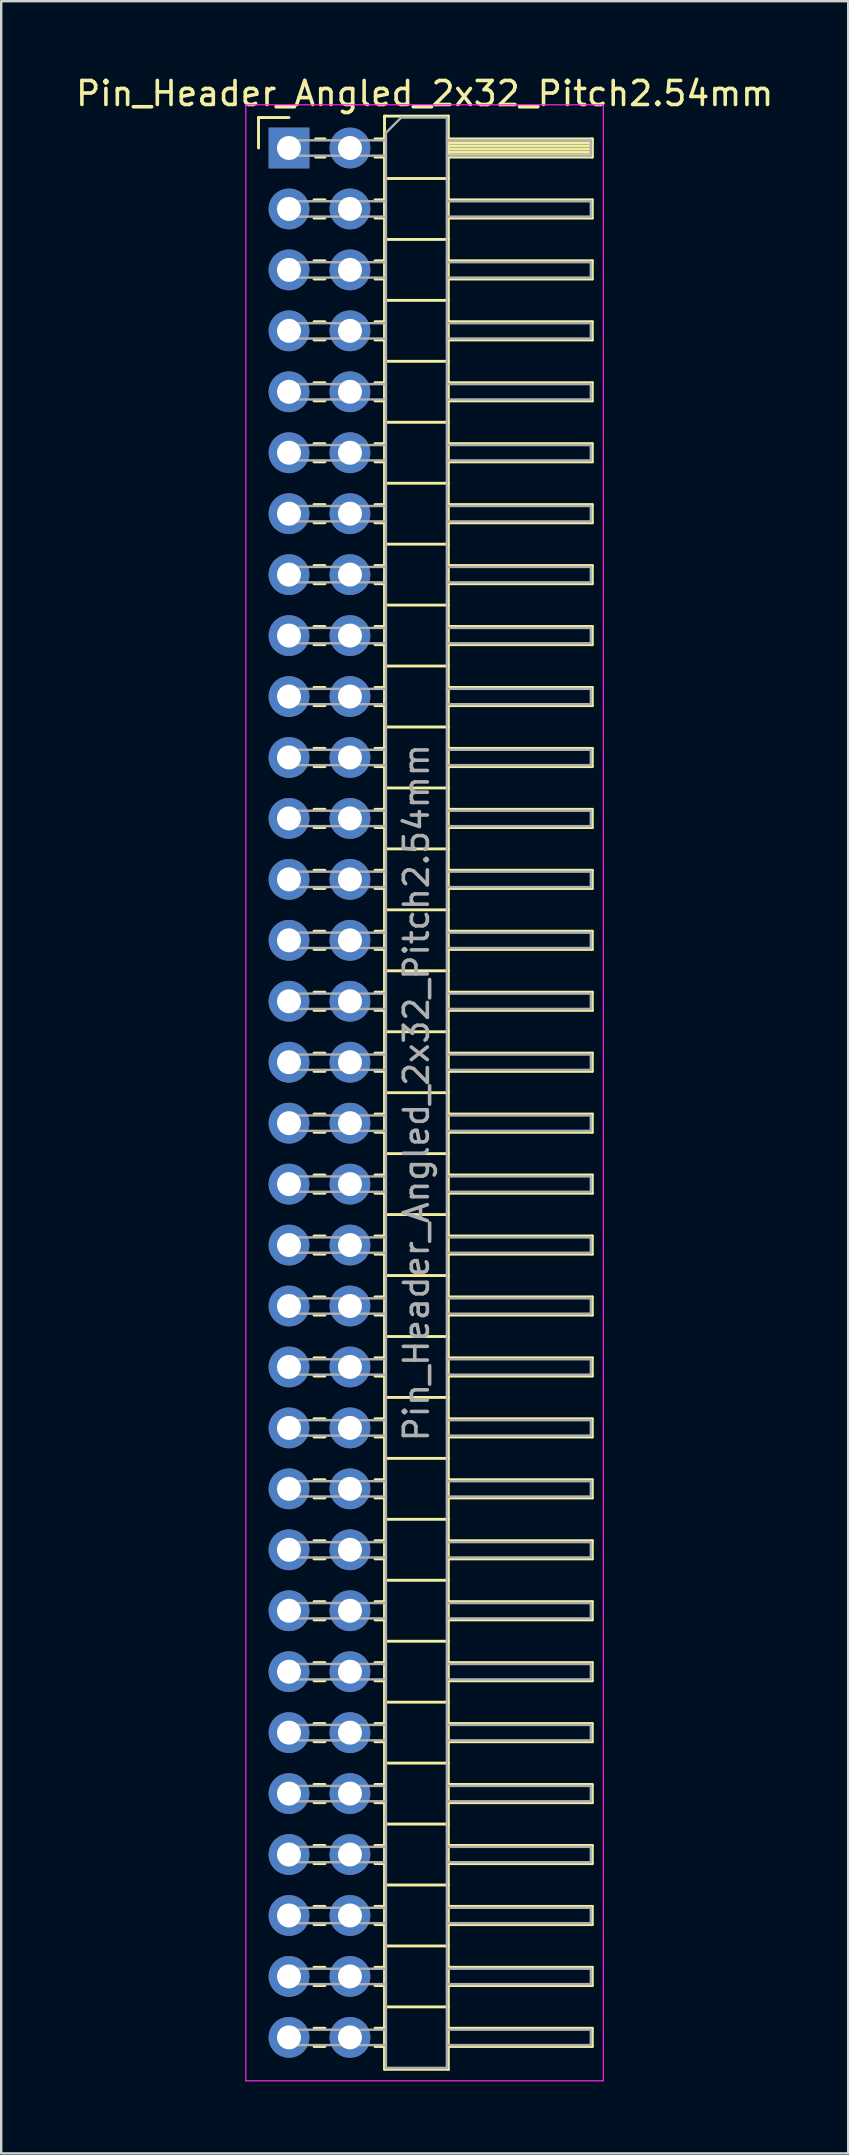
<source format=kicad_pcb>
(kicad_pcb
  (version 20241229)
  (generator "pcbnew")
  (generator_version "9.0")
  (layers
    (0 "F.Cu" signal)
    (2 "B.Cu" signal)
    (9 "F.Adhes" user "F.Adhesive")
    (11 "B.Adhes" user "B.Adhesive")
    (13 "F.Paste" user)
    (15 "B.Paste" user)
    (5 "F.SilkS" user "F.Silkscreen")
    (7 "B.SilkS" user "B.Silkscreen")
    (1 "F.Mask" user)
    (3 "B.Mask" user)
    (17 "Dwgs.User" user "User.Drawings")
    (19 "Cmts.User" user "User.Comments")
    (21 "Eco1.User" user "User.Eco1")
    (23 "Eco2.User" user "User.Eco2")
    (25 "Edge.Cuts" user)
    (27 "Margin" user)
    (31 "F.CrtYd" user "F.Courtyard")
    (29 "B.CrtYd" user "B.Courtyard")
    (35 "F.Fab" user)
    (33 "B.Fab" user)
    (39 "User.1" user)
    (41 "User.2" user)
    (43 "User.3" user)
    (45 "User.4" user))
  (footprint "Pin_Header_Angled_2x32_Pitch2.54mm"
    (layer "F.Cu")
    (at 8.994 3.118)
    (property "Reference" "Pin_Header_Angled_2x32_Pitch2.54mm" (at 5.655 -2.27 0) (layer "F.SilkS") (effects (font (size 1 1) (thickness 0.15))))
    (attr through_hole)
    (fp_line (start -1.27 -1.27) (end 0 -1.27) (stroke (width 0.12) (type solid)) (layer "F.SilkS"))
    (fp_line (start -1.27 0) (end -1.27 -1.27) (stroke (width 0.12) (type solid)) (layer "F.SilkS"))
    (fp_line (start 1.043 2.16) (end 1.497 2.16) (stroke (width 0.12) (type solid)) (layer "F.SilkS"))
    (fp_line (start 1.043 2.92) (end 1.497 2.92) (stroke (width 0.12) (type solid)) (layer "F.SilkS"))
    (fp_line (start 1.043 4.7) (end 1.497 4.7) (stroke (width 0.12) (type solid)) (layer "F.SilkS"))
    (fp_line (start 1.043 5.46) (end 1.497 5.46) (stroke (width 0.12) (type solid)) (layer "F.SilkS"))
    (fp_line (start 1.043 7.24) (end 1.497 7.24) (stroke (width 0.12) (type solid)) (layer "F.SilkS"))
    (fp_line (start 1.043 8) (end 1.497 8) (stroke (width 0.12) (type solid)) (layer "F.SilkS"))
    (fp_line (start 1.043 9.78) (end 1.497 9.78) (stroke (width 0.12) (type solid)) (layer "F.SilkS"))
    (fp_line (start 1.043 10.54) (end 1.497 10.54) (stroke (width 0.12) (type solid)) (layer "F.SilkS"))
    (fp_line (start 1.043 12.32) (end 1.497 12.32) (stroke (width 0.12) (type solid)) (layer "F.SilkS"))
    (fp_line (start 1.043 13.08) (end 1.497 13.08) (stroke (width 0.12) (type solid)) (layer "F.SilkS"))
    (fp_line (start 1.043 14.86) (end 1.497 14.86) (stroke (width 0.12) (type solid)) (layer "F.SilkS"))
    (fp_line (start 1.043 15.62) (end 1.497 15.62) (stroke (width 0.12) (type solid)) (layer "F.SilkS"))
    (fp_line (start 1.043 17.4) (end 1.497 17.4) (stroke (width 0.12) (type solid)) (layer "F.SilkS"))
    (fp_line (start 1.043 18.16) (end 1.497 18.16) (stroke (width 0.12) (type solid)) (layer "F.SilkS"))
    (fp_line (start 1.043 19.94) (end 1.497 19.94) (stroke (width 0.12) (type solid)) (layer "F.SilkS"))
    (fp_line (start 1.043 20.7) (end 1.497 20.7) (stroke (width 0.12) (type solid)) (layer "F.SilkS"))
    (fp_line (start 1.043 22.48) (end 1.497 22.48) (stroke (width 0.12) (type solid)) (layer "F.SilkS"))
    (fp_line (start 1.043 23.24) (end 1.497 23.24) (stroke (width 0.12) (type solid)) (layer "F.SilkS"))
    (fp_line (start 1.043 25.02) (end 1.497 25.02) (stroke (width 0.12) (type solid)) (layer "F.SilkS"))
    (fp_line (start 1.043 25.78) (end 1.497 25.78) (stroke (width 0.12) (type solid)) (layer "F.SilkS"))
    (fp_line (start 1.043 27.56) (end 1.497 27.56) (stroke (width 0.12) (type solid)) (layer "F.SilkS"))
    (fp_line (start 1.043 28.32) (end 1.497 28.32) (stroke (width 0.12) (type solid)) (layer "F.SilkS"))
    (fp_line (start 1.043 30.1) (end 1.497 30.1) (stroke (width 0.12) (type solid)) (layer "F.SilkS"))
    (fp_line (start 1.043 30.86) (end 1.497 30.86) (stroke (width 0.12) (type solid)) (layer "F.SilkS"))
    (fp_line (start 1.043 32.64) (end 1.497 32.64) (stroke (width 0.12) (type solid)) (layer "F.SilkS"))
    (fp_line (start 1.043 33.4) (end 1.497 33.4) (stroke (width 0.12) (type solid)) (layer "F.SilkS"))
    (fp_line (start 1.043 35.18) (end 1.497 35.18) (stroke (width 0.12) (type solid)) (layer "F.SilkS"))
    (fp_line (start 1.043 35.94) (end 1.497 35.94) (stroke (width 0.12) (type solid)) (layer "F.SilkS"))
    (fp_line (start 1.043 37.72) (end 1.497 37.72) (stroke (width 0.12) (type solid)) (layer "F.SilkS"))
    (fp_line (start 1.043 38.48) (end 1.497 38.48) (stroke (width 0.12) (type solid)) (layer "F.SilkS"))
    (fp_line (start 1.043 40.26) (end 1.497 40.26) (stroke (width 0.12) (type solid)) (layer "F.SilkS"))
    (fp_line (start 1.043 41.02) (end 1.497 41.02) (stroke (width 0.12) (type solid)) (layer "F.SilkS"))
    (fp_line (start 1.043 42.8) (end 1.497 42.8) (stroke (width 0.12) (type solid)) (layer "F.SilkS"))
    (fp_line (start 1.043 43.56) (end 1.497 43.56) (stroke (width 0.12) (type solid)) (layer "F.SilkS"))
    (fp_line (start 1.043 45.34) (end 1.497 45.34) (stroke (width 0.12) (type solid)) (layer "F.SilkS"))
    (fp_line (start 1.043 46.1) (end 1.497 46.1) (stroke (width 0.12) (type solid)) (layer "F.SilkS"))
    (fp_line (start 1.043 47.88) (end 1.497 47.88) (stroke (width 0.12) (type solid)) (layer "F.SilkS"))
    (fp_line (start 1.043 48.64) (end 1.497 48.64) (stroke (width 0.12) (type solid)) (layer "F.SilkS"))
    (fp_line (start 1.043 50.42) (end 1.497 50.42) (stroke (width 0.12) (type solid)) (layer "F.SilkS"))
    (fp_line (start 1.043 51.18) (end 1.497 51.18) (stroke (width 0.12) (type solid)) (layer "F.SilkS"))
    (fp_line (start 1.043 52.96) (end 1.497 52.96) (stroke (width 0.12) (type solid)) (layer "F.SilkS"))
    (fp_line (start 1.043 53.72) (end 1.497 53.72) (stroke (width 0.12) (type solid)) (layer "F.SilkS"))
    (fp_line (start 1.043 55.5) (end 1.497 55.5) (stroke (width 0.12) (type solid)) (layer "F.SilkS"))
    (fp_line (start 1.043 56.26) (end 1.497 56.26) (stroke (width 0.12) (type solid)) (layer "F.SilkS"))
    (fp_line (start 1.043 58.04) (end 1.497 58.04) (stroke (width 0.12) (type solid)) (layer "F.SilkS"))
    (fp_line (start 1.043 58.8) (end 1.497 58.8) (stroke (width 0.12) (type solid)) (layer "F.SilkS"))
    (fp_line (start 1.043 60.58) (end 1.497 60.58) (stroke (width 0.12) (type solid)) (layer "F.SilkS"))
    (fp_line (start 1.043 61.34) (end 1.497 61.34) (stroke (width 0.12) (type solid)) (layer "F.SilkS"))
    (fp_line (start 1.043 63.12) (end 1.497 63.12) (stroke (width 0.12) (type solid)) (layer "F.SilkS"))
    (fp_line (start 1.043 63.88) (end 1.497 63.88) (stroke (width 0.12) (type solid)) (layer "F.SilkS"))
    (fp_line (start 1.043 65.66) (end 1.497 65.66) (stroke (width 0.12) (type solid)) (layer "F.SilkS"))
    (fp_line (start 1.043 66.42) (end 1.497 66.42) (stroke (width 0.12) (type solid)) (layer "F.SilkS"))
    (fp_line (start 1.043 68.2) (end 1.497 68.2) (stroke (width 0.12) (type solid)) (layer "F.SilkS"))
    (fp_line (start 1.043 68.96) (end 1.497 68.96) (stroke (width 0.12) (type solid)) (layer "F.SilkS"))
    (fp_line (start 1.043 70.74) (end 1.497 70.74) (stroke (width 0.12) (type solid)) (layer "F.SilkS"))
    (fp_line (start 1.043 71.5) (end 1.497 71.5) (stroke (width 0.12) (type solid)) (layer "F.SilkS"))
    (fp_line (start 1.043 73.28) (end 1.497 73.28) (stroke (width 0.12) (type solid)) (layer "F.SilkS"))
    (fp_line (start 1.043 74.04) (end 1.497 74.04) (stroke (width 0.12) (type solid)) (layer "F.SilkS"))
    (fp_line (start 1.043 75.82) (end 1.497 75.82) (stroke (width 0.12) (type solid)) (layer "F.SilkS"))
    (fp_line (start 1.043 76.58) (end 1.497 76.58) (stroke (width 0.12) (type solid)) (layer "F.SilkS"))
    (fp_line (start 1.043 78.36) (end 1.497 78.36) (stroke (width 0.12) (type solid)) (layer "F.SilkS"))
    (fp_line (start 1.043 79.12) (end 1.497 79.12) (stroke (width 0.12) (type solid)) (layer "F.SilkS"))
    (fp_line (start 1.11 -0.38) (end 1.497 -0.38) (stroke (width 0.12) (type solid)) (layer "F.SilkS"))
    (fp_line (start 1.11 0.38) (end 1.497 0.38) (stroke (width 0.12) (type solid)) (layer "F.SilkS"))
    (fp_line (start 3.583 -0.38) (end 3.98 -0.38) (stroke (width 0.12) (type solid)) (layer "F.SilkS"))
    (fp_line (start 3.583 0.38) (end 3.98 0.38) (stroke (width 0.12) (type solid)) (layer "F.SilkS"))
    (fp_line (start 3.583 2.16) (end 3.98 2.16) (stroke (width 0.12) (type solid)) (layer "F.SilkS"))
    (fp_line (start 3.583 2.92) (end 3.98 2.92) (stroke (width 0.12) (type solid)) (layer "F.SilkS"))
    (fp_line (start 3.583 4.7) (end 3.98 4.7) (stroke (width 0.12) (type solid)) (layer "F.SilkS"))
    (fp_line (start 3.583 5.46) (end 3.98 5.46) (stroke (width 0.12) (type solid)) (layer "F.SilkS"))
    (fp_line (start 3.583 7.24) (end 3.98 7.24) (stroke (width 0.12) (type solid)) (layer "F.SilkS"))
    (fp_line (start 3.583 8) (end 3.98 8) (stroke (width 0.12) (type solid)) (layer "F.SilkS"))
    (fp_line (start 3.583 9.78) (end 3.98 9.78) (stroke (width 0.12) (type solid)) (layer "F.SilkS"))
    (fp_line (start 3.583 10.54) (end 3.98 10.54) (stroke (width 0.12) (type solid)) (layer "F.SilkS"))
    (fp_line (start 3.583 12.32) (end 3.98 12.32) (stroke (width 0.12) (type solid)) (layer "F.SilkS"))
    (fp_line (start 3.583 13.08) (end 3.98 13.08) (stroke (width 0.12) (type solid)) (layer "F.SilkS"))
    (fp_line (start 3.583 14.86) (end 3.98 14.86) (stroke (width 0.12) (type solid)) (layer "F.SilkS"))
    (fp_line (start 3.583 15.62) (end 3.98 15.62) (stroke (width 0.12) (type solid)) (layer "F.SilkS"))
    (fp_line (start 3.583 17.4) (end 3.98 17.4) (stroke (width 0.12) (type solid)) (layer "F.SilkS"))
    (fp_line (start 3.583 18.16) (end 3.98 18.16) (stroke (width 0.12) (type solid)) (layer "F.SilkS"))
    (fp_line (start 3.583 19.94) (end 3.98 19.94) (stroke (width 0.12) (type solid)) (layer "F.SilkS"))
    (fp_line (start 3.583 20.7) (end 3.98 20.7) (stroke (width 0.12) (type solid)) (layer "F.SilkS"))
    (fp_line (start 3.583 22.48) (end 3.98 22.48) (stroke (width 0.12) (type solid)) (layer "F.SilkS"))
    (fp_line (start 3.583 23.24) (end 3.98 23.24) (stroke (width 0.12) (type solid)) (layer "F.SilkS"))
    (fp_line (start 3.583 25.02) (end 3.98 25.02) (stroke (width 0.12) (type solid)) (layer "F.SilkS"))
    (fp_line (start 3.583 25.78) (end 3.98 25.78) (stroke (width 0.12) (type solid)) (layer "F.SilkS"))
    (fp_line (start 3.583 27.56) (end 3.98 27.56) (stroke (width 0.12) (type solid)) (layer "F.SilkS"))
    (fp_line (start 3.583 28.32) (end 3.98 28.32) (stroke (width 0.12) (type solid)) (layer "F.SilkS"))
    (fp_line (start 3.583 30.1) (end 3.98 30.1) (stroke (width 0.12) (type solid)) (layer "F.SilkS"))
    (fp_line (start 3.583 30.86) (end 3.98 30.86) (stroke (width 0.12) (type solid)) (layer "F.SilkS"))
    (fp_line (start 3.583 32.64) (end 3.98 32.64) (stroke (width 0.12) (type solid)) (layer "F.SilkS"))
    (fp_line (start 3.583 33.4) (end 3.98 33.4) (stroke (width 0.12) (type solid)) (layer "F.SilkS"))
    (fp_line (start 3.583 35.18) (end 3.98 35.18) (stroke (width 0.12) (type solid)) (layer "F.SilkS"))
    (fp_line (start 3.583 35.94) (end 3.98 35.94) (stroke (width 0.12) (type solid)) (layer "F.SilkS"))
    (fp_line (start 3.583 37.72) (end 3.98 37.72) (stroke (width 0.12) (type solid)) (layer "F.SilkS"))
    (fp_line (start 3.583 38.48) (end 3.98 38.48) (stroke (width 0.12) (type solid)) (layer "F.SilkS"))
    (fp_line (start 3.583 40.26) (end 3.98 40.26) (stroke (width 0.12) (type solid)) (layer "F.SilkS"))
    (fp_line (start 3.583 41.02) (end 3.98 41.02) (stroke (width 0.12) (type solid)) (layer "F.SilkS"))
    (fp_line (start 3.583 42.8) (end 3.98 42.8) (stroke (width 0.12) (type solid)) (layer "F.SilkS"))
    (fp_line (start 3.583 43.56) (end 3.98 43.56) (stroke (width 0.12) (type solid)) (layer "F.SilkS"))
    (fp_line (start 3.583 45.34) (end 3.98 45.34) (stroke (width 0.12) (type solid)) (layer "F.SilkS"))
    (fp_line (start 3.583 46.1) (end 3.98 46.1) (stroke (width 0.12) (type solid)) (layer "F.SilkS"))
    (fp_line (start 3.583 47.88) (end 3.98 47.88) (stroke (width 0.12) (type solid)) (layer "F.SilkS"))
    (fp_line (start 3.583 48.64) (end 3.98 48.64) (stroke (width 0.12) (type solid)) (layer "F.SilkS"))
    (fp_line (start 3.583 50.42) (end 3.98 50.42) (stroke (width 0.12) (type solid)) (layer "F.SilkS"))
    (fp_line (start 3.583 51.18) (end 3.98 51.18) (stroke (width 0.12) (type solid)) (layer "F.SilkS"))
    (fp_line (start 3.583 52.96) (end 3.98 52.96) (stroke (width 0.12) (type solid)) (layer "F.SilkS"))
    (fp_line (start 3.583 53.72) (end 3.98 53.72) (stroke (width 0.12) (type solid)) (layer "F.SilkS"))
    (fp_line (start 3.583 55.5) (end 3.98 55.5) (stroke (width 0.12) (type solid)) (layer "F.SilkS"))
    (fp_line (start 3.583 56.26) (end 3.98 56.26) (stroke (width 0.12) (type solid)) (layer "F.SilkS"))
    (fp_line (start 3.583 58.04) (end 3.98 58.04) (stroke (width 0.12) (type solid)) (layer "F.SilkS"))
    (fp_line (start 3.583 58.8) (end 3.98 58.8) (stroke (width 0.12) (type solid)) (layer "F.SilkS"))
    (fp_line (start 3.583 60.58) (end 3.98 60.58) (stroke (width 0.12) (type solid)) (layer "F.SilkS"))
    (fp_line (start 3.583 61.34) (end 3.98 61.34) (stroke (width 0.12) (type solid)) (layer "F.SilkS"))
    (fp_line (start 3.583 63.12) (end 3.98 63.12) (stroke (width 0.12) (type solid)) (layer "F.SilkS"))
    (fp_line (start 3.583 63.88) (end 3.98 63.88) (stroke (width 0.12) (type solid)) (layer "F.SilkS"))
    (fp_line (start 3.583 65.66) (end 3.98 65.66) (stroke (width 0.12) (type solid)) (layer "F.SilkS"))
    (fp_line (start 3.583 66.42) (end 3.98 66.42) (stroke (width 0.12) (type solid)) (layer "F.SilkS"))
    (fp_line (start 3.583 68.2) (end 3.98 68.2) (stroke (width 0.12) (type solid)) (layer "F.SilkS"))
    (fp_line (start 3.583 68.96) (end 3.98 68.96) (stroke (width 0.12) (type solid)) (layer "F.SilkS"))
    (fp_line (start 3.583 70.74) (end 3.98 70.74) (stroke (width 0.12) (type solid)) (layer "F.SilkS"))
    (fp_line (start 3.583 71.5) (end 3.98 71.5) (stroke (width 0.12) (type solid)) (layer "F.SilkS"))
    (fp_line (start 3.583 73.28) (end 3.98 73.28) (stroke (width 0.12) (type solid)) (layer "F.SilkS"))
    (fp_line (start 3.583 74.04) (end 3.98 74.04) (stroke (width 0.12) (type solid)) (layer "F.SilkS"))
    (fp_line (start 3.583 75.82) (end 3.98 75.82) (stroke (width 0.12) (type solid)) (layer "F.SilkS"))
    (fp_line (start 3.583 76.58) (end 3.98 76.58) (stroke (width 0.12) (type solid)) (layer "F.SilkS"))
    (fp_line (start 3.583 78.36) (end 3.98 78.36) (stroke (width 0.12) (type solid)) (layer "F.SilkS"))
    (fp_line (start 3.583 79.12) (end 3.98 79.12) (stroke (width 0.12) (type solid)) (layer "F.SilkS"))
    (fp_line (start 3.98 -1.33) (end 3.98 80.07) (stroke (width 0.12) (type solid)) (layer "F.SilkS"))
    (fp_line (start 3.98 1.27) (end 6.64 1.27) (stroke (width 0.12) (type solid)) (layer "F.SilkS"))
    (fp_line (start 3.98 3.81) (end 6.64 3.81) (stroke (width 0.12) (type solid)) (layer "F.SilkS"))
    (fp_line (start 3.98 6.35) (end 6.64 6.35) (stroke (width 0.12) (type solid)) (layer "F.SilkS"))
    (fp_line (start 3.98 8.89) (end 6.64 8.89) (stroke (width 0.12) (type solid)) (layer "F.SilkS"))
    (fp_line (start 3.98 11.43) (end 6.64 11.43) (stroke (width 0.12) (type solid)) (layer "F.SilkS"))
    (fp_line (start 3.98 13.97) (end 6.64 13.97) (stroke (width 0.12) (type solid)) (layer "F.SilkS"))
    (fp_line (start 3.98 16.51) (end 6.64 16.51) (stroke (width 0.12) (type solid)) (layer "F.SilkS"))
    (fp_line (start 3.98 19.05) (end 6.64 19.05) (stroke (width 0.12) (type solid)) (layer "F.SilkS"))
    (fp_line (start 3.98 21.59) (end 6.64 21.59) (stroke (width 0.12) (type solid)) (layer "F.SilkS"))
    (fp_line (start 3.98 24.13) (end 6.64 24.13) (stroke (width 0.12) (type solid)) (layer "F.SilkS"))
    (fp_line (start 3.98 26.67) (end 6.64 26.67) (stroke (width 0.12) (type solid)) (layer "F.SilkS"))
    (fp_line (start 3.98 29.21) (end 6.64 29.21) (stroke (width 0.12) (type solid)) (layer "F.SilkS"))
    (fp_line (start 3.98 31.75) (end 6.64 31.75) (stroke (width 0.12) (type solid)) (layer "F.SilkS"))
    (fp_line (start 3.98 34.29) (end 6.64 34.29) (stroke (width 0.12) (type solid)) (layer "F.SilkS"))
    (fp_line (start 3.98 36.83) (end 6.64 36.83) (stroke (width 0.12) (type solid)) (layer "F.SilkS"))
    (fp_line (start 3.98 39.37) (end 6.64 39.37) (stroke (width 0.12) (type solid)) (layer "F.SilkS"))
    (fp_line (start 3.98 41.91) (end 6.64 41.91) (stroke (width 0.12) (type solid)) (layer "F.SilkS"))
    (fp_line (start 3.98 44.45) (end 6.64 44.45) (stroke (width 0.12) (type solid)) (layer "F.SilkS"))
    (fp_line (start 3.98 46.99) (end 6.64 46.99) (stroke (width 0.12) (type solid)) (layer "F.SilkS"))
    (fp_line (start 3.98 49.53) (end 6.64 49.53) (stroke (width 0.12) (type solid)) (layer "F.SilkS"))
    (fp_line (start 3.98 52.07) (end 6.64 52.07) (stroke (width 0.12) (type solid)) (layer "F.SilkS"))
    (fp_line (start 3.98 54.61) (end 6.64 54.61) (stroke (width 0.12) (type solid)) (layer "F.SilkS"))
    (fp_line (start 3.98 57.15) (end 6.64 57.15) (stroke (width 0.12) (type solid)) (layer "F.SilkS"))
    (fp_line (start 3.98 59.69) (end 6.64 59.69) (stroke (width 0.12) (type solid)) (layer "F.SilkS"))
    (fp_line (start 3.98 62.23) (end 6.64 62.23) (stroke (width 0.12) (type solid)) (layer "F.SilkS"))
    (fp_line (start 3.98 64.77) (end 6.64 64.77) (stroke (width 0.12) (type solid)) (layer "F.SilkS"))
    (fp_line (start 3.98 67.31) (end 6.64 67.31) (stroke (width 0.12) (type solid)) (layer "F.SilkS"))
    (fp_line (start 3.98 69.85) (end 6.64 69.85) (stroke (width 0.12) (type solid)) (layer "F.SilkS"))
    (fp_line (start 3.98 72.39) (end 6.64 72.39) (stroke (width 0.12) (type solid)) (layer "F.SilkS"))
    (fp_line (start 3.98 74.93) (end 6.64 74.93) (stroke (width 0.12) (type solid)) (layer "F.SilkS"))
    (fp_line (start 3.98 77.47) (end 6.64 77.47) (stroke (width 0.12) (type solid)) (layer "F.SilkS"))
    (fp_line (start 3.98 80.07) (end 6.64 80.07) (stroke (width 0.12) (type solid)) (layer "F.SilkS"))
    (fp_line (start 6.64 -1.33) (end 3.98 -1.33) (stroke (width 0.12) (type solid)) (layer "F.SilkS"))
    (fp_line (start 6.64 -0.38) (end 12.64 -0.38) (stroke (width 0.12) (type solid)) (layer "F.SilkS"))
    (fp_line (start 6.64 -0.32) (end 12.64 -0.32) (stroke (width 0.12) (type solid)) (layer "F.SilkS"))
    (fp_line (start 6.64 -0.2) (end 12.64 -0.2) (stroke (width 0.12) (type solid)) (layer "F.SilkS"))
    (fp_line (start 6.64 -0.08) (end 12.64 -0.08) (stroke (width 0.12) (type solid)) (layer "F.SilkS"))
    (fp_line (start 6.64 0.04) (end 12.64 0.04) (stroke (width 0.12) (type solid)) (layer "F.SilkS"))
    (fp_line (start 6.64 0.16) (end 12.64 0.16) (stroke (width 0.12) (type solid)) (layer "F.SilkS"))
    (fp_line (start 6.64 0.28) (end 12.64 0.28) (stroke (width 0.12) (type solid)) (layer "F.SilkS"))
    (fp_line (start 6.64 2.16) (end 12.64 2.16) (stroke (width 0.12) (type solid)) (layer "F.SilkS"))
    (fp_line (start 6.64 4.7) (end 12.64 4.7) (stroke (width 0.12) (type solid)) (layer "F.SilkS"))
    (fp_line (start 6.64 7.24) (end 12.64 7.24) (stroke (width 0.12) (type solid)) (layer "F.SilkS"))
    (fp_line (start 6.64 9.78) (end 12.64 9.78) (stroke (width 0.12) (type solid)) (layer "F.SilkS"))
    (fp_line (start 6.64 12.32) (end 12.64 12.32) (stroke (width 0.12) (type solid)) (layer "F.SilkS"))
    (fp_line (start 6.64 14.86) (end 12.64 14.86) (stroke (width 0.12) (type solid)) (layer "F.SilkS"))
    (fp_line (start 6.64 17.4) (end 12.64 17.4) (stroke (width 0.12) (type solid)) (layer "F.SilkS"))
    (fp_line (start 6.64 19.94) (end 12.64 19.94) (stroke (width 0.12) (type solid)) (layer "F.SilkS"))
    (fp_line (start 6.64 22.48) (end 12.64 22.48) (stroke (width 0.12) (type solid)) (layer "F.SilkS"))
    (fp_line (start 6.64 25.02) (end 12.64 25.02) (stroke (width 0.12) (type solid)) (layer "F.SilkS"))
    (fp_line (start 6.64 27.56) (end 12.64 27.56) (stroke (width 0.12) (type solid)) (layer "F.SilkS"))
    (fp_line (start 6.64 30.1) (end 12.64 30.1) (stroke (width 0.12) (type solid)) (layer "F.SilkS"))
    (fp_line (start 6.64 32.64) (end 12.64 32.64) (stroke (width 0.12) (type solid)) (layer "F.SilkS"))
    (fp_line (start 6.64 35.18) (end 12.64 35.18) (stroke (width 0.12) (type solid)) (layer "F.SilkS"))
    (fp_line (start 6.64 37.72) (end 12.64 37.72) (stroke (width 0.12) (type solid)) (layer "F.SilkS"))
    (fp_line (start 6.64 40.26) (end 12.64 40.26) (stroke (width 0.12) (type solid)) (layer "F.SilkS"))
    (fp_line (start 6.64 42.8) (end 12.64 42.8) (stroke (width 0.12) (type solid)) (layer "F.SilkS"))
    (fp_line (start 6.64 45.34) (end 12.64 45.34) (stroke (width 0.12) (type solid)) (layer "F.SilkS"))
    (fp_line (start 6.64 47.88) (end 12.64 47.88) (stroke (width 0.12) (type solid)) (layer "F.SilkS"))
    (fp_line (start 6.64 50.42) (end 12.64 50.42) (stroke (width 0.12) (type solid)) (layer "F.SilkS"))
    (fp_line (start 6.64 52.96) (end 12.64 52.96) (stroke (width 0.12) (type solid)) (layer "F.SilkS"))
    (fp_line (start 6.64 55.5) (end 12.64 55.5) (stroke (width 0.12) (type solid)) (layer "F.SilkS"))
    (fp_line (start 6.64 58.04) (end 12.64 58.04) (stroke (width 0.12) (type solid)) (layer "F.SilkS"))
    (fp_line (start 6.64 60.58) (end 12.64 60.58) (stroke (width 0.12) (type solid)) (layer "F.SilkS"))
    (fp_line (start 6.64 63.12) (end 12.64 63.12) (stroke (width 0.12) (type solid)) (layer "F.SilkS"))
    (fp_line (start 6.64 65.66) (end 12.64 65.66) (stroke (width 0.12) (type solid)) (layer "F.SilkS"))
    (fp_line (start 6.64 68.2) (end 12.64 68.2) (stroke (width 0.12) (type solid)) (layer "F.SilkS"))
    (fp_line (start 6.64 70.74) (end 12.64 70.74) (stroke (width 0.12) (type solid)) (layer "F.SilkS"))
    (fp_line (start 6.64 73.28) (end 12.64 73.28) (stroke (width 0.12) (type solid)) (layer "F.SilkS"))
    (fp_line (start 6.64 75.82) (end 12.64 75.82) (stroke (width 0.12) (type solid)) (layer "F.SilkS"))
    (fp_line (start 6.64 78.36) (end 12.64 78.36) (stroke (width 0.12) (type solid)) (layer "F.SilkS"))
    (fp_line (start 6.64 80.07) (end 6.64 -1.33) (stroke (width 0.12) (type solid)) (layer "F.SilkS"))
    (fp_line (start 12.64 -0.38) (end 12.64 0.38) (stroke (width 0.12) (type solid)) (layer "F.SilkS"))
    (fp_line (start 12.64 0.38) (end 6.64 0.38) (stroke (width 0.12) (type solid)) (layer "F.SilkS"))
    (fp_line (start 12.64 2.16) (end 12.64 2.92) (stroke (width 0.12) (type solid)) (layer "F.SilkS"))
    (fp_line (start 12.64 2.92) (end 6.64 2.92) (stroke (width 0.12) (type solid)) (layer "F.SilkS"))
    (fp_line (start 12.64 4.7) (end 12.64 5.46) (stroke (width 0.12) (type solid)) (layer "F.SilkS"))
    (fp_line (start 12.64 5.46) (end 6.64 5.46) (stroke (width 0.12) (type solid)) (layer "F.SilkS"))
    (fp_line (start 12.64 7.24) (end 12.64 8) (stroke (width 0.12) (type solid)) (layer "F.SilkS"))
    (fp_line (start 12.64 8) (end 6.64 8) (stroke (width 0.12) (type solid)) (layer "F.SilkS"))
    (fp_line (start 12.64 9.78) (end 12.64 10.54) (stroke (width 0.12) (type solid)) (layer "F.SilkS"))
    (fp_line (start 12.64 10.54) (end 6.64 10.54) (stroke (width 0.12) (type solid)) (layer "F.SilkS"))
    (fp_line (start 12.64 12.32) (end 12.64 13.08) (stroke (width 0.12) (type solid)) (layer "F.SilkS"))
    (fp_line (start 12.64 13.08) (end 6.64 13.08) (stroke (width 0.12) (type solid)) (layer "F.SilkS"))
    (fp_line (start 12.64 14.86) (end 12.64 15.62) (stroke (width 0.12) (type solid)) (layer "F.SilkS"))
    (fp_line (start 12.64 15.62) (end 6.64 15.62) (stroke (width 0.12) (type solid)) (layer "F.SilkS"))
    (fp_line (start 12.64 17.4) (end 12.64 18.16) (stroke (width 0.12) (type solid)) (layer "F.SilkS"))
    (fp_line (start 12.64 18.16) (end 6.64 18.16) (stroke (width 0.12) (type solid)) (layer "F.SilkS"))
    (fp_line (start 12.64 19.94) (end 12.64 20.7) (stroke (width 0.12) (type solid)) (layer "F.SilkS"))
    (fp_line (start 12.64 20.7) (end 6.64 20.7) (stroke (width 0.12) (type solid)) (layer "F.SilkS"))
    (fp_line (start 12.64 22.48) (end 12.64 23.24) (stroke (width 0.12) (type solid)) (layer "F.SilkS"))
    (fp_line (start 12.64 23.24) (end 6.64 23.24) (stroke (width 0.12) (type solid)) (layer "F.SilkS"))
    (fp_line (start 12.64 25.02) (end 12.64 25.78) (stroke (width 0.12) (type solid)) (layer "F.SilkS"))
    (fp_line (start 12.64 25.78) (end 6.64 25.78) (stroke (width 0.12) (type solid)) (layer "F.SilkS"))
    (fp_line (start 12.64 27.56) (end 12.64 28.32) (stroke (width 0.12) (type solid)) (layer "F.SilkS"))
    (fp_line (start 12.64 28.32) (end 6.64 28.32) (stroke (width 0.12) (type solid)) (layer "F.SilkS"))
    (fp_line (start 12.64 30.1) (end 12.64 30.86) (stroke (width 0.12) (type solid)) (layer "F.SilkS"))
    (fp_line (start 12.64 30.86) (end 6.64 30.86) (stroke (width 0.12) (type solid)) (layer "F.SilkS"))
    (fp_line (start 12.64 32.64) (end 12.64 33.4) (stroke (width 0.12) (type solid)) (layer "F.SilkS"))
    (fp_line (start 12.64 33.4) (end 6.64 33.4) (stroke (width 0.12) (type solid)) (layer "F.SilkS"))
    (fp_line (start 12.64 35.18) (end 12.64 35.94) (stroke (width 0.12) (type solid)) (layer "F.SilkS"))
    (fp_line (start 12.64 35.94) (end 6.64 35.94) (stroke (width 0.12) (type solid)) (layer "F.SilkS"))
    (fp_line (start 12.64 37.72) (end 12.64 38.48) (stroke (width 0.12) (type solid)) (layer "F.SilkS"))
    (fp_line (start 12.64 38.48) (end 6.64 38.48) (stroke (width 0.12) (type solid)) (layer "F.SilkS"))
    (fp_line (start 12.64 40.26) (end 12.64 41.02) (stroke (width 0.12) (type solid)) (layer "F.SilkS"))
    (fp_line (start 12.64 41.02) (end 6.64 41.02) (stroke (width 0.12) (type solid)) (layer "F.SilkS"))
    (fp_line (start 12.64 42.8) (end 12.64 43.56) (stroke (width 0.12) (type solid)) (layer "F.SilkS"))
    (fp_line (start 12.64 43.56) (end 6.64 43.56) (stroke (width 0.12) (type solid)) (layer "F.SilkS"))
    (fp_line (start 12.64 45.34) (end 12.64 46.1) (stroke (width 0.12) (type solid)) (layer "F.SilkS"))
    (fp_line (start 12.64 46.1) (end 6.64 46.1) (stroke (width 0.12) (type solid)) (layer "F.SilkS"))
    (fp_line (start 12.64 47.88) (end 12.64 48.64) (stroke (width 0.12) (type solid)) (layer "F.SilkS"))
    (fp_line (start 12.64 48.64) (end 6.64 48.64) (stroke (width 0.12) (type solid)) (layer "F.SilkS"))
    (fp_line (start 12.64 50.42) (end 12.64 51.18) (stroke (width 0.12) (type solid)) (layer "F.SilkS"))
    (fp_line (start 12.64 51.18) (end 6.64 51.18) (stroke (width 0.12) (type solid)) (layer "F.SilkS"))
    (fp_line (start 12.64 52.96) (end 12.64 53.72) (stroke (width 0.12) (type solid)) (layer "F.SilkS"))
    (fp_line (start 12.64 53.72) (end 6.64 53.72) (stroke (width 0.12) (type solid)) (layer "F.SilkS"))
    (fp_line (start 12.64 55.5) (end 12.64 56.26) (stroke (width 0.12) (type solid)) (layer "F.SilkS"))
    (fp_line (start 12.64 56.26) (end 6.64 56.26) (stroke (width 0.12) (type solid)) (layer "F.SilkS"))
    (fp_line (start 12.64 58.04) (end 12.64 58.8) (stroke (width 0.12) (type solid)) (layer "F.SilkS"))
    (fp_line (start 12.64 58.8) (end 6.64 58.8) (stroke (width 0.12) (type solid)) (layer "F.SilkS"))
    (fp_line (start 12.64 60.58) (end 12.64 61.34) (stroke (width 0.12) (type solid)) (layer "F.SilkS"))
    (fp_line (start 12.64 61.34) (end 6.64 61.34) (stroke (width 0.12) (type solid)) (layer "F.SilkS"))
    (fp_line (start 12.64 63.12) (end 12.64 63.88) (stroke (width 0.12) (type solid)) (layer "F.SilkS"))
    (fp_line (start 12.64 63.88) (end 6.64 63.88) (stroke (width 0.12) (type solid)) (layer "F.SilkS"))
    (fp_line (start 12.64 65.66) (end 12.64 66.42) (stroke (width 0.12) (type solid)) (layer "F.SilkS"))
    (fp_line (start 12.64 66.42) (end 6.64 66.42) (stroke (width 0.12) (type solid)) (layer "F.SilkS"))
    (fp_line (start 12.64 68.2) (end 12.64 68.96) (stroke (width 0.12) (type solid)) (layer "F.SilkS"))
    (fp_line (start 12.64 68.96) (end 6.64 68.96) (stroke (width 0.12) (type solid)) (layer "F.SilkS"))
    (fp_line (start 12.64 70.74) (end 12.64 71.5) (stroke (width 0.12) (type solid)) (layer "F.SilkS"))
    (fp_line (start 12.64 71.5) (end 6.64 71.5) (stroke (width 0.12) (type solid)) (layer "F.SilkS"))
    (fp_line (start 12.64 73.28) (end 12.64 74.04) (stroke (width 0.12) (type solid)) (layer "F.SilkS"))
    (fp_line (start 12.64 74.04) (end 6.64 74.04) (stroke (width 0.12) (type solid)) (layer "F.SilkS"))
    (fp_line (start 12.64 75.82) (end 12.64 76.58) (stroke (width 0.12) (type solid)) (layer "F.SilkS"))
    (fp_line (start 12.64 76.58) (end 6.64 76.58) (stroke (width 0.12) (type solid)) (layer "F.SilkS"))
    (fp_line (start 12.64 78.36) (end 12.64 79.12) (stroke (width 0.12) (type solid)) (layer "F.SilkS"))
    (fp_line (start 12.64 79.12) (end 6.64 79.12) (stroke (width 0.12) (type solid)) (layer "F.SilkS"))
    (fp_line (start -1.8 -1.8) (end -1.8 80.55) (stroke (width 0.05) (type solid)) (layer "F.CrtYd"))
    (fp_line (start -1.8 80.55) (end 13.1 80.55) (stroke (width 0.05) (type solid)) (layer "F.CrtYd"))
    (fp_line (start 13.1 -1.8) (end -1.8 -1.8) (stroke (width 0.05) (type solid)) (layer "F.CrtYd"))
    (fp_line (start 13.1 80.55) (end 13.1 -1.8) (stroke (width 0.05) (type solid)) (layer "F.CrtYd"))
    (fp_line (start -0.32 -0.32) (end -0.32 0.32) (stroke (width 0.1) (type solid)) (layer "F.Fab"))
    (fp_line (start -0.32 -0.32) (end 4.04 -0.32) (stroke (width 0.1) (type solid)) (layer "F.Fab"))
    (fp_line (start -0.32 0.32) (end 4.04 0.32) (stroke (width 0.1) (type solid)) (layer "F.Fab"))
    (fp_line (start -0.32 2.22) (end -0.32 2.86) (stroke (width 0.1) (type solid)) (layer "F.Fab"))
    (fp_line (start -0.32 2.22) (end 4.04 2.22) (stroke (width 0.1) (type solid)) (layer "F.Fab"))
    (fp_line (start -0.32 2.86) (end 4.04 2.86) (stroke (width 0.1) (type solid)) (layer "F.Fab"))
    (fp_line (start -0.32 4.76) (end -0.32 5.4) (stroke (width 0.1) (type solid)) (layer "F.Fab"))
    (fp_line (start -0.32 4.76) (end 4.04 4.76) (stroke (width 0.1) (type solid)) (layer "F.Fab"))
    (fp_line (start -0.32 5.4) (end 4.04 5.4) (stroke (width 0.1) (type solid)) (layer "F.Fab"))
    (fp_line (start -0.32 7.3) (end -0.32 7.94) (stroke (width 0.1) (type solid)) (layer "F.Fab"))
    (fp_line (start -0.32 7.3) (end 4.04 7.3) (stroke (width 0.1) (type solid)) (layer "F.Fab"))
    (fp_line (start -0.32 7.94) (end 4.04 7.94) (stroke (width 0.1) (type solid)) (layer "F.Fab"))
    (fp_line (start -0.32 9.84) (end -0.32 10.48) (stroke (width 0.1) (type solid)) (layer "F.Fab"))
    (fp_line (start -0.32 9.84) (end 4.04 9.84) (stroke (width 0.1) (type solid)) (layer "F.Fab"))
    (fp_line (start -0.32 10.48) (end 4.04 10.48) (stroke (width 0.1) (type solid)) (layer "F.Fab"))
    (fp_line (start -0.32 12.38) (end -0.32 13.02) (stroke (width 0.1) (type solid)) (layer "F.Fab"))
    (fp_line (start -0.32 12.38) (end 4.04 12.38) (stroke (width 0.1) (type solid)) (layer "F.Fab"))
    (fp_line (start -0.32 13.02) (end 4.04 13.02) (stroke (width 0.1) (type solid)) (layer "F.Fab"))
    (fp_line (start -0.32 14.92) (end -0.32 15.56) (stroke (width 0.1) (type solid)) (layer "F.Fab"))
    (fp_line (start -0.32 14.92) (end 4.04 14.92) (stroke (width 0.1) (type solid)) (layer "F.Fab"))
    (fp_line (start -0.32 15.56) (end 4.04 15.56) (stroke (width 0.1) (type solid)) (layer "F.Fab"))
    (fp_line (start -0.32 17.46) (end -0.32 18.1) (stroke (width 0.1) (type solid)) (layer "F.Fab"))
    (fp_line (start -0.32 17.46) (end 4.04 17.46) (stroke (width 0.1) (type solid)) (layer "F.Fab"))
    (fp_line (start -0.32 18.1) (end 4.04 18.1) (stroke (width 0.1) (type solid)) (layer "F.Fab"))
    (fp_line (start -0.32 20) (end -0.32 20.64) (stroke (width 0.1) (type solid)) (layer "F.Fab"))
    (fp_line (start -0.32 20) (end 4.04 20) (stroke (width 0.1) (type solid)) (layer "F.Fab"))
    (fp_line (start -0.32 20.64) (end 4.04 20.64) (stroke (width 0.1) (type solid)) (layer "F.Fab"))
    (fp_line (start -0.32 22.54) (end -0.32 23.18) (stroke (width 0.1) (type solid)) (layer "F.Fab"))
    (fp_line (start -0.32 22.54) (end 4.04 22.54) (stroke (width 0.1) (type solid)) (layer "F.Fab"))
    (fp_line (start -0.32 23.18) (end 4.04 23.18) (stroke (width 0.1) (type solid)) (layer "F.Fab"))
    (fp_line (start -0.32 25.08) (end -0.32 25.72) (stroke (width 0.1) (type solid)) (layer "F.Fab"))
    (fp_line (start -0.32 25.08) (end 4.04 25.08) (stroke (width 0.1) (type solid)) (layer "F.Fab"))
    (fp_line (start -0.32 25.72) (end 4.04 25.72) (stroke (width 0.1) (type solid)) (layer "F.Fab"))
    (fp_line (start -0.32 27.62) (end -0.32 28.26) (stroke (width 0.1) (type solid)) (layer "F.Fab"))
    (fp_line (start -0.32 27.62) (end 4.04 27.62) (stroke (width 0.1) (type solid)) (layer "F.Fab"))
    (fp_line (start -0.32 28.26) (end 4.04 28.26) (stroke (width 0.1) (type solid)) (layer "F.Fab"))
    (fp_line (start -0.32 30.16) (end -0.32 30.8) (stroke (width 0.1) (type solid)) (layer "F.Fab"))
    (fp_line (start -0.32 30.16) (end 4.04 30.16) (stroke (width 0.1) (type solid)) (layer "F.Fab"))
    (fp_line (start -0.32 30.8) (end 4.04 30.8) (stroke (width 0.1) (type solid)) (layer "F.Fab"))
    (fp_line (start -0.32 32.7) (end -0.32 33.34) (stroke (width 0.1) (type solid)) (layer "F.Fab"))
    (fp_line (start -0.32 32.7) (end 4.04 32.7) (stroke (width 0.1) (type solid)) (layer "F.Fab"))
    (fp_line (start -0.32 33.34) (end 4.04 33.34) (stroke (width 0.1) (type solid)) (layer "F.Fab"))
    (fp_line (start -0.32 35.24) (end -0.32 35.88) (stroke (width 0.1) (type solid)) (layer "F.Fab"))
    (fp_line (start -0.32 35.24) (end 4.04 35.24) (stroke (width 0.1) (type solid)) (layer "F.Fab"))
    (fp_line (start -0.32 35.88) (end 4.04 35.88) (stroke (width 0.1) (type solid)) (layer "F.Fab"))
    (fp_line (start -0.32 37.78) (end -0.32 38.42) (stroke (width 0.1) (type solid)) (layer "F.Fab"))
    (fp_line (start -0.32 37.78) (end 4.04 37.78) (stroke (width 0.1) (type solid)) (layer "F.Fab"))
    (fp_line (start -0.32 38.42) (end 4.04 38.42) (stroke (width 0.1) (type solid)) (layer "F.Fab"))
    (fp_line (start -0.32 40.32) (end -0.32 40.96) (stroke (width 0.1) (type solid)) (layer "F.Fab"))
    (fp_line (start -0.32 40.32) (end 4.04 40.32) (stroke (width 0.1) (type solid)) (layer "F.Fab"))
    (fp_line (start -0.32 40.96) (end 4.04 40.96) (stroke (width 0.1) (type solid)) (layer "F.Fab"))
    (fp_line (start -0.32 42.86) (end -0.32 43.5) (stroke (width 0.1) (type solid)) (layer "F.Fab"))
    (fp_line (start -0.32 42.86) (end 4.04 42.86) (stroke (width 0.1) (type solid)) (layer "F.Fab"))
    (fp_line (start -0.32 43.5) (end 4.04 43.5) (stroke (width 0.1) (type solid)) (layer "F.Fab"))
    (fp_line (start -0.32 45.4) (end -0.32 46.04) (stroke (width 0.1) (type solid)) (layer "F.Fab"))
    (fp_line (start -0.32 45.4) (end 4.04 45.4) (stroke (width 0.1) (type solid)) (layer "F.Fab"))
    (fp_line (start -0.32 46.04) (end 4.04 46.04) (stroke (width 0.1) (type solid)) (layer "F.Fab"))
    (fp_line (start -0.32 47.94) (end -0.32 48.58) (stroke (width 0.1) (type solid)) (layer "F.Fab"))
    (fp_line (start -0.32 47.94) (end 4.04 47.94) (stroke (width 0.1) (type solid)) (layer "F.Fab"))
    (fp_line (start -0.32 48.58) (end 4.04 48.58) (stroke (width 0.1) (type solid)) (layer "F.Fab"))
    (fp_line (start -0.32 50.48) (end -0.32 51.12) (stroke (width 0.1) (type solid)) (layer "F.Fab"))
    (fp_line (start -0.32 50.48) (end 4.04 50.48) (stroke (width 0.1) (type solid)) (layer "F.Fab"))
    (fp_line (start -0.32 51.12) (end 4.04 51.12) (stroke (width 0.1) (type solid)) (layer "F.Fab"))
    (fp_line (start -0.32 53.02) (end -0.32 53.66) (stroke (width 0.1) (type solid)) (layer "F.Fab"))
    (fp_line (start -0.32 53.02) (end 4.04 53.02) (stroke (width 0.1) (type solid)) (layer "F.Fab"))
    (fp_line (start -0.32 53.66) (end 4.04 53.66) (stroke (width 0.1) (type solid)) (layer "F.Fab"))
    (fp_line (start -0.32 55.56) (end -0.32 56.2) (stroke (width 0.1) (type solid)) (layer "F.Fab"))
    (fp_line (start -0.32 55.56) (end 4.04 55.56) (stroke (width 0.1) (type solid)) (layer "F.Fab"))
    (fp_line (start -0.32 56.2) (end 4.04 56.2) (stroke (width 0.1) (type solid)) (layer "F.Fab"))
    (fp_line (start -0.32 58.1) (end -0.32 58.74) (stroke (width 0.1) (type solid)) (layer "F.Fab"))
    (fp_line (start -0.32 58.1) (end 4.04 58.1) (stroke (width 0.1) (type solid)) (layer "F.Fab"))
    (fp_line (start -0.32 58.74) (end 4.04 58.74) (stroke (width 0.1) (type solid)) (layer "F.Fab"))
    (fp_line (start -0.32 60.64) (end -0.32 61.28) (stroke (width 0.1) (type solid)) (layer "F.Fab"))
    (fp_line (start -0.32 60.64) (end 4.04 60.64) (stroke (width 0.1) (type solid)) (layer "F.Fab"))
    (fp_line (start -0.32 61.28) (end 4.04 61.28) (stroke (width 0.1) (type solid)) (layer "F.Fab"))
    (fp_line (start -0.32 63.18) (end -0.32 63.82) (stroke (width 0.1) (type solid)) (layer "F.Fab"))
    (fp_line (start -0.32 63.18) (end 4.04 63.18) (stroke (width 0.1) (type solid)) (layer "F.Fab"))
    (fp_line (start -0.32 63.82) (end 4.04 63.82) (stroke (width 0.1) (type solid)) (layer "F.Fab"))
    (fp_line (start -0.32 65.72) (end -0.32 66.36) (stroke (width 0.1) (type solid)) (layer "F.Fab"))
    (fp_line (start -0.32 65.72) (end 4.04 65.72) (stroke (width 0.1) (type solid)) (layer "F.Fab"))
    (fp_line (start -0.32 66.36) (end 4.04 66.36) (stroke (width 0.1) (type solid)) (layer "F.Fab"))
    (fp_line (start -0.32 68.26) (end -0.32 68.9) (stroke (width 0.1) (type solid)) (layer "F.Fab"))
    (fp_line (start -0.32 68.26) (end 4.04 68.26) (stroke (width 0.1) (type solid)) (layer "F.Fab"))
    (fp_line (start -0.32 68.9) (end 4.04 68.9) (stroke (width 0.1) (type solid)) (layer "F.Fab"))
    (fp_line (start -0.32 70.8) (end -0.32 71.44) (stroke (width 0.1) (type solid)) (layer "F.Fab"))
    (fp_line (start -0.32 70.8) (end 4.04 70.8) (stroke (width 0.1) (type solid)) (layer "F.Fab"))
    (fp_line (start -0.32 71.44) (end 4.04 71.44) (stroke (width 0.1) (type solid)) (layer "F.Fab"))
    (fp_line (start -0.32 73.34) (end -0.32 73.98) (stroke (width 0.1) (type solid)) (layer "F.Fab"))
    (fp_line (start -0.32 73.34) (end 4.04 73.34) (stroke (width 0.1) (type solid)) (layer "F.Fab"))
    (fp_line (start -0.32 73.98) (end 4.04 73.98) (stroke (width 0.1) (type solid)) (layer "F.Fab"))
    (fp_line (start -0.32 75.88) (end -0.32 76.52) (stroke (width 0.1) (type solid)) (layer "F.Fab"))
    (fp_line (start -0.32 75.88) (end 4.04 75.88) (stroke (width 0.1) (type solid)) (layer "F.Fab"))
    (fp_line (start -0.32 76.52) (end 4.04 76.52) (stroke (width 0.1) (type solid)) (layer "F.Fab"))
    (fp_line (start -0.32 78.42) (end -0.32 79.06) (stroke (width 0.1) (type solid)) (layer "F.Fab"))
    (fp_line (start -0.32 78.42) (end 4.04 78.42) (stroke (width 0.1) (type solid)) (layer "F.Fab"))
    (fp_line (start -0.32 79.06) (end 4.04 79.06) (stroke (width 0.1) (type solid)) (layer "F.Fab"))
    (fp_line (start 4.04 -0.635) (end 4.675 -1.27) (stroke (width 0.1) (type solid)) (layer "F.Fab"))
    (fp_line (start 4.04 80.01) (end 4.04 -0.635) (stroke (width 0.1) (type solid)) (layer "F.Fab"))
    (fp_line (start 4.675 -1.27) (end 6.58 -1.27) (stroke (width 0.1) (type solid)) (layer "F.Fab"))
    (fp_line (start 6.58 -1.27) (end 6.58 80.01) (stroke (width 0.1) (type solid)) (layer "F.Fab"))
    (fp_line (start 6.58 -0.32) (end 12.58 -0.32) (stroke (width 0.1) (type solid)) (layer "F.Fab"))
    (fp_line (start 6.58 0.32) (end 12.58 0.32) (stroke (width 0.1) (type solid)) (layer "F.Fab"))
    (fp_line (start 6.58 2.22) (end 12.58 2.22) (stroke (width 0.1) (type solid)) (layer "F.Fab"))
    (fp_line (start 6.58 2.86) (end 12.58 2.86) (stroke (width 0.1) (type solid)) (layer "F.Fab"))
    (fp_line (start 6.58 4.76) (end 12.58 4.76) (stroke (width 0.1) (type solid)) (layer "F.Fab"))
    (fp_line (start 6.58 5.4) (end 12.58 5.4) (stroke (width 0.1) (type solid)) (layer "F.Fab"))
    (fp_line (start 6.58 7.3) (end 12.58 7.3) (stroke (width 0.1) (type solid)) (layer "F.Fab"))
    (fp_line (start 6.58 7.94) (end 12.58 7.94) (stroke (width 0.1) (type solid)) (layer "F.Fab"))
    (fp_line (start 6.58 9.84) (end 12.58 9.84) (stroke (width 0.1) (type solid)) (layer "F.Fab"))
    (fp_line (start 6.58 10.48) (end 12.58 10.48) (stroke (width 0.1) (type solid)) (layer "F.Fab"))
    (fp_line (start 6.58 12.38) (end 12.58 12.38) (stroke (width 0.1) (type solid)) (layer "F.Fab"))
    (fp_line (start 6.58 13.02) (end 12.58 13.02) (stroke (width 0.1) (type solid)) (layer "F.Fab"))
    (fp_line (start 6.58 14.92) (end 12.58 14.92) (stroke (width 0.1) (type solid)) (layer "F.Fab"))
    (fp_line (start 6.58 15.56) (end 12.58 15.56) (stroke (width 0.1) (type solid)) (layer "F.Fab"))
    (fp_line (start 6.58 17.46) (end 12.58 17.46) (stroke (width 0.1) (type solid)) (layer "F.Fab"))
    (fp_line (start 6.58 18.1) (end 12.58 18.1) (stroke (width 0.1) (type solid)) (layer "F.Fab"))
    (fp_line (start 6.58 20) (end 12.58 20) (stroke (width 0.1) (type solid)) (layer "F.Fab"))
    (fp_line (start 6.58 20.64) (end 12.58 20.64) (stroke (width 0.1) (type solid)) (layer "F.Fab"))
    (fp_line (start 6.58 22.54) (end 12.58 22.54) (stroke (width 0.1) (type solid)) (layer "F.Fab"))
    (fp_line (start 6.58 23.18) (end 12.58 23.18) (stroke (width 0.1) (type solid)) (layer "F.Fab"))
    (fp_line (start 6.58 25.08) (end 12.58 25.08) (stroke (width 0.1) (type solid)) (layer "F.Fab"))
    (fp_line (start 6.58 25.72) (end 12.58 25.72) (stroke (width 0.1) (type solid)) (layer "F.Fab"))
    (fp_line (start 6.58 27.62) (end 12.58 27.62) (stroke (width 0.1) (type solid)) (layer "F.Fab"))
    (fp_line (start 6.58 28.26) (end 12.58 28.26) (stroke (width 0.1) (type solid)) (layer "F.Fab"))
    (fp_line (start 6.58 30.16) (end 12.58 30.16) (stroke (width 0.1) (type solid)) (layer "F.Fab"))
    (fp_line (start 6.58 30.8) (end 12.58 30.8) (stroke (width 0.1) (type solid)) (layer "F.Fab"))
    (fp_line (start 6.58 32.7) (end 12.58 32.7) (stroke (width 0.1) (type solid)) (layer "F.Fab"))
    (fp_line (start 6.58 33.34) (end 12.58 33.34) (stroke (width 0.1) (type solid)) (layer "F.Fab"))
    (fp_line (start 6.58 35.24) (end 12.58 35.24) (stroke (width 0.1) (type solid)) (layer "F.Fab"))
    (fp_line (start 6.58 35.88) (end 12.58 35.88) (stroke (width 0.1) (type solid)) (layer "F.Fab"))
    (fp_line (start 6.58 37.78) (end 12.58 37.78) (stroke (width 0.1) (type solid)) (layer "F.Fab"))
    (fp_line (start 6.58 38.42) (end 12.58 38.42) (stroke (width 0.1) (type solid)) (layer "F.Fab"))
    (fp_line (start 6.58 40.32) (end 12.58 40.32) (stroke (width 0.1) (type solid)) (layer "F.Fab"))
    (fp_line (start 6.58 40.96) (end 12.58 40.96) (stroke (width 0.1) (type solid)) (layer "F.Fab"))
    (fp_line (start 6.58 42.86) (end 12.58 42.86) (stroke (width 0.1) (type solid)) (layer "F.Fab"))
    (fp_line (start 6.58 43.5) (end 12.58 43.5) (stroke (width 0.1) (type solid)) (layer "F.Fab"))
    (fp_line (start 6.58 45.4) (end 12.58 45.4) (stroke (width 0.1) (type solid)) (layer "F.Fab"))
    (fp_line (start 6.58 46.04) (end 12.58 46.04) (stroke (width 0.1) (type solid)) (layer "F.Fab"))
    (fp_line (start 6.58 47.94) (end 12.58 47.94) (stroke (width 0.1) (type solid)) (layer "F.Fab"))
    (fp_line (start 6.58 48.58) (end 12.58 48.58) (stroke (width 0.1) (type solid)) (layer "F.Fab"))
    (fp_line (start 6.58 50.48) (end 12.58 50.48) (stroke (width 0.1) (type solid)) (layer "F.Fab"))
    (fp_line (start 6.58 51.12) (end 12.58 51.12) (stroke (width 0.1) (type solid)) (layer "F.Fab"))
    (fp_line (start 6.58 53.02) (end 12.58 53.02) (stroke (width 0.1) (type solid)) (layer "F.Fab"))
    (fp_line (start 6.58 53.66) (end 12.58 53.66) (stroke (width 0.1) (type solid)) (layer "F.Fab"))
    (fp_line (start 6.58 55.56) (end 12.58 55.56) (stroke (width 0.1) (type solid)) (layer "F.Fab"))
    (fp_line (start 6.58 56.2) (end 12.58 56.2) (stroke (width 0.1) (type solid)) (layer "F.Fab"))
    (fp_line (start 6.58 58.1) (end 12.58 58.1) (stroke (width 0.1) (type solid)) (layer "F.Fab"))
    (fp_line (start 6.58 58.74) (end 12.58 58.74) (stroke (width 0.1) (type solid)) (layer "F.Fab"))
    (fp_line (start 6.58 60.64) (end 12.58 60.64) (stroke (width 0.1) (type solid)) (layer "F.Fab"))
    (fp_line (start 6.58 61.28) (end 12.58 61.28) (stroke (width 0.1) (type solid)) (layer "F.Fab"))
    (fp_line (start 6.58 63.18) (end 12.58 63.18) (stroke (width 0.1) (type solid)) (layer "F.Fab"))
    (fp_line (start 6.58 63.82) (end 12.58 63.82) (stroke (width 0.1) (type solid)) (layer "F.Fab"))
    (fp_line (start 6.58 65.72) (end 12.58 65.72) (stroke (width 0.1) (type solid)) (layer "F.Fab"))
    (fp_line (start 6.58 66.36) (end 12.58 66.36) (stroke (width 0.1) (type solid)) (layer "F.Fab"))
    (fp_line (start 6.58 68.26) (end 12.58 68.26) (stroke (width 0.1) (type solid)) (layer "F.Fab"))
    (fp_line (start 6.58 68.9) (end 12.58 68.9) (stroke (width 0.1) (type solid)) (layer "F.Fab"))
    (fp_line (start 6.58 70.8) (end 12.58 70.8) (stroke (width 0.1) (type solid)) (layer "F.Fab"))
    (fp_line (start 6.58 71.44) (end 12.58 71.44) (stroke (width 0.1) (type solid)) (layer "F.Fab"))
    (fp_line (start 6.58 73.34) (end 12.58 73.34) (stroke (width 0.1) (type solid)) (layer "F.Fab"))
    (fp_line (start 6.58 73.98) (end 12.58 73.98) (stroke (width 0.1) (type solid)) (layer "F.Fab"))
    (fp_line (start 6.58 75.88) (end 12.58 75.88) (stroke (width 0.1) (type solid)) (layer "F.Fab"))
    (fp_line (start 6.58 76.52) (end 12.58 76.52) (stroke (width 0.1) (type solid)) (layer "F.Fab"))
    (fp_line (start 6.58 78.42) (end 12.58 78.42) (stroke (width 0.1) (type solid)) (layer "F.Fab"))
    (fp_line (start 6.58 79.06) (end 12.58 79.06) (stroke (width 0.1) (type solid)) (layer "F.Fab"))
    (fp_line (start 6.58 80.01) (end 4.04 80.01) (stroke (width 0.1) (type solid)) (layer "F.Fab"))
    (fp_line (start 12.58 -0.32) (end 12.58 0.32) (stroke (width 0.1) (type solid)) (layer "F.Fab"))
    (fp_line (start 12.58 2.22) (end 12.58 2.86) (stroke (width 0.1) (type solid)) (layer "F.Fab"))
    (fp_line (start 12.58 4.76) (end 12.58 5.4) (stroke (width 0.1) (type solid)) (layer "F.Fab"))
    (fp_line (start 12.58 7.3) (end 12.58 7.94) (stroke (width 0.1) (type solid)) (layer "F.Fab"))
    (fp_line (start 12.58 9.84) (end 12.58 10.48) (stroke (width 0.1) (type solid)) (layer "F.Fab"))
    (fp_line (start 12.58 12.38) (end 12.58 13.02) (stroke (width 0.1) (type solid)) (layer "F.Fab"))
    (fp_line (start 12.58 14.92) (end 12.58 15.56) (stroke (width 0.1) (type solid)) (layer "F.Fab"))
    (fp_line (start 12.58 17.46) (end 12.58 18.1) (stroke (width 0.1) (type solid)) (layer "F.Fab"))
    (fp_line (start 12.58 20) (end 12.58 20.64) (stroke (width 0.1) (type solid)) (layer "F.Fab"))
    (fp_line (start 12.58 22.54) (end 12.58 23.18) (stroke (width 0.1) (type solid)) (layer "F.Fab"))
    (fp_line (start 12.58 25.08) (end 12.58 25.72) (stroke (width 0.1) (type solid)) (layer "F.Fab"))
    (fp_line (start 12.58 27.62) (end 12.58 28.26) (stroke (width 0.1) (type solid)) (layer "F.Fab"))
    (fp_line (start 12.58 30.16) (end 12.58 30.8) (stroke (width 0.1) (type solid)) (layer "F.Fab"))
    (fp_line (start 12.58 32.7) (end 12.58 33.34) (stroke (width 0.1) (type solid)) (layer "F.Fab"))
    (fp_line (start 12.58 35.24) (end 12.58 35.88) (stroke (width 0.1) (type solid)) (layer "F.Fab"))
    (fp_line (start 12.58 37.78) (end 12.58 38.42) (stroke (width 0.1) (type solid)) (layer "F.Fab"))
    (fp_line (start 12.58 40.32) (end 12.58 40.96) (stroke (width 0.1) (type solid)) (layer "F.Fab"))
    (fp_line (start 12.58 42.86) (end 12.58 43.5) (stroke (width 0.1) (type solid)) (layer "F.Fab"))
    (fp_line (start 12.58 45.4) (end 12.58 46.04) (stroke (width 0.1) (type solid)) (layer "F.Fab"))
    (fp_line (start 12.58 47.94) (end 12.58 48.58) (stroke (width 0.1) (type solid)) (layer "F.Fab"))
    (fp_line (start 12.58 50.48) (end 12.58 51.12) (stroke (width 0.1) (type solid)) (layer "F.Fab"))
    (fp_line (start 12.58 53.02) (end 12.58 53.66) (stroke (width 0.1) (type solid)) (layer "F.Fab"))
    (fp_line (start 12.58 55.56) (end 12.58 56.2) (stroke (width 0.1) (type solid)) (layer "F.Fab"))
    (fp_line (start 12.58 58.1) (end 12.58 58.74) (stroke (width 0.1) (type solid)) (layer "F.Fab"))
    (fp_line (start 12.58 60.64) (end 12.58 61.28) (stroke (width 0.1) (type solid)) (layer "F.Fab"))
    (fp_line (start 12.58 63.18) (end 12.58 63.82) (stroke (width 0.1) (type solid)) (layer "F.Fab"))
    (fp_line (start 12.58 65.72) (end 12.58 66.36) (stroke (width 0.1) (type solid)) (layer "F.Fab"))
    (fp_line (start 12.58 68.26) (end 12.58 68.9) (stroke (width 0.1) (type solid)) (layer "F.Fab"))
    (fp_line (start 12.58 70.8) (end 12.58 71.44) (stroke (width 0.1) (type solid)) (layer "F.Fab"))
    (fp_line (start 12.58 73.34) (end 12.58 73.98) (stroke (width 0.1) (type solid)) (layer "F.Fab"))
    (fp_line (start 12.58 75.88) (end 12.58 76.52) (stroke (width 0.1) (type solid)) (layer "F.Fab"))
    (fp_line (start 12.58 78.42) (end 12.58 79.06) (stroke (width 0.1) (type solid)) (layer "F.Fab"))
    (fp_text user "${REFERENCE}" (at 5.31 39.37 90) (layer "F.Fab") (effects (font (size 1 1) (thickness 0.15))))
    (pad "1" thru_hole rect (at 0 0) (size 1.7 1.7) (drill 1) (layers "*.Cu" "*.Mask"))
    (pad "2" thru_hole oval (at 2.54 0) (size 1.7 1.7) (drill 1) (layers "*.Cu" "*.Mask"))
    (pad "3" thru_hole oval (at 0 2.54) (size 1.7 1.7) (drill 1) (layers "*.Cu" "*.Mask"))
    (pad "4" thru_hole oval (at 2.54 2.54) (size 1.7 1.7) (drill 1) (layers "*.Cu" "*.Mask"))
    (pad "5" thru_hole oval (at 0 5.08) (size 1.7 1.7) (drill 1) (layers "*.Cu" "*.Mask"))
    (pad "6" thru_hole oval (at 2.54 5.08) (size 1.7 1.7) (drill 1) (layers "*.Cu" "*.Mask"))
    (pad "7" thru_hole oval (at 0 7.62) (size 1.7 1.7) (drill 1) (layers "*.Cu" "*.Mask"))
    (pad "8" thru_hole oval (at 2.54 7.62) (size 1.7 1.7) (drill 1) (layers "*.Cu" "*.Mask"))
    (pad "9" thru_hole oval (at 0 10.16) (size 1.7 1.7) (drill 1) (layers "*.Cu" "*.Mask"))
    (pad "10" thru_hole oval (at 2.54 10.16) (size 1.7 1.7) (drill 1) (layers "*.Cu" "*.Mask"))
    (pad "11" thru_hole oval (at 0 12.7) (size 1.7 1.7) (drill 1) (layers "*.Cu" "*.Mask"))
    (pad "12" thru_hole oval (at 2.54 12.7) (size 1.7 1.7) (drill 1) (layers "*.Cu" "*.Mask"))
    (pad "13" thru_hole oval (at 0 15.24) (size 1.7 1.7) (drill 1) (layers "*.Cu" "*.Mask"))
    (pad "14" thru_hole oval (at 2.54 15.24) (size 1.7 1.7) (drill 1) (layers "*.Cu" "*.Mask"))
    (pad "15" thru_hole oval (at 0 17.78) (size 1.7 1.7) (drill 1) (layers "*.Cu" "*.Mask"))
    (pad "16" thru_hole oval (at 2.54 17.78) (size 1.7 1.7) (drill 1) (layers "*.Cu" "*.Mask"))
    (pad "17" thru_hole oval (at 0 20.32) (size 1.7 1.7) (drill 1) (layers "*.Cu" "*.Mask"))
    (pad "18" thru_hole oval (at 2.54 20.32) (size 1.7 1.7) (drill 1) (layers "*.Cu" "*.Mask"))
    (pad "19" thru_hole oval (at 0 22.86) (size 1.7 1.7) (drill 1) (layers "*.Cu" "*.Mask"))
    (pad "20" thru_hole oval (at 2.54 22.86) (size 1.7 1.7) (drill 1) (layers "*.Cu" "*.Mask"))
    (pad "21" thru_hole oval (at 0 25.4) (size 1.7 1.7) (drill 1) (layers "*.Cu" "*.Mask"))
    (pad "22" thru_hole oval (at 2.54 25.4) (size 1.7 1.7) (drill 1) (layers "*.Cu" "*.Mask"))
    (pad "23" thru_hole oval (at 0 27.94) (size 1.7 1.7) (drill 1) (layers "*.Cu" "*.Mask"))
    (pad "24" thru_hole oval (at 2.54 27.94) (size 1.7 1.7) (drill 1) (layers "*.Cu" "*.Mask"))
    (pad "25" thru_hole oval (at 0 30.48) (size 1.7 1.7) (drill 1) (layers "*.Cu" "*.Mask"))
    (pad "26" thru_hole oval (at 2.54 30.48) (size 1.7 1.7) (drill 1) (layers "*.Cu" "*.Mask"))
    (pad "27" thru_hole oval (at 0 33.02) (size 1.7 1.7) (drill 1) (layers "*.Cu" "*.Mask"))
    (pad "28" thru_hole oval (at 2.54 33.02) (size 1.7 1.7) (drill 1) (layers "*.Cu" "*.Mask"))
    (pad "29" thru_hole oval (at 0 35.56) (size 1.7 1.7) (drill 1) (layers "*.Cu" "*.Mask"))
    (pad "30" thru_hole oval (at 2.54 35.56) (size 1.7 1.7) (drill 1) (layers "*.Cu" "*.Mask"))
    (pad "31" thru_hole oval (at 0 38.1) (size 1.7 1.7) (drill 1) (layers "*.Cu" "*.Mask"))
    (pad "32" thru_hole oval (at 2.54 38.1) (size 1.7 1.7) (drill 1) (layers "*.Cu" "*.Mask"))
    (pad "33" thru_hole oval (at 0 40.64) (size 1.7 1.7) (drill 1) (layers "*.Cu" "*.Mask"))
    (pad "34" thru_hole oval (at 2.54 40.64) (size 1.7 1.7) (drill 1) (layers "*.Cu" "*.Mask"))
    (pad "35" thru_hole oval (at 0 43.18) (size 1.7 1.7) (drill 1) (layers "*.Cu" "*.Mask"))
    (pad "36" thru_hole oval (at 2.54 43.18) (size 1.7 1.7) (drill 1) (layers "*.Cu" "*.Mask"))
    (pad "37" thru_hole oval (at 0 45.72) (size 1.7 1.7) (drill 1) (layers "*.Cu" "*.Mask"))
    (pad "38" thru_hole oval (at 2.54 45.72) (size 1.7 1.7) (drill 1) (layers "*.Cu" "*.Mask"))
    (pad "39" thru_hole oval (at 0 48.26) (size 1.7 1.7) (drill 1) (layers "*.Cu" "*.Mask"))
    (pad "40" thru_hole oval (at 2.54 48.26) (size 1.7 1.7) (drill 1) (layers "*.Cu" "*.Mask"))
    (pad "41" thru_hole oval (at 0 50.8) (size 1.7 1.7) (drill 1) (layers "*.Cu" "*.Mask"))
    (pad "42" thru_hole oval (at 2.54 50.8) (size 1.7 1.7) (drill 1) (layers "*.Cu" "*.Mask"))
    (pad "43" thru_hole oval (at 0 53.34) (size 1.7 1.7) (drill 1) (layers "*.Cu" "*.Mask"))
    (pad "44" thru_hole oval (at 2.54 53.34) (size 1.7 1.7) (drill 1) (layers "*.Cu" "*.Mask"))
    (pad "45" thru_hole oval (at 0 55.88) (size 1.7 1.7) (drill 1) (layers "*.Cu" "*.Mask"))
    (pad "46" thru_hole oval (at 2.54 55.88) (size 1.7 1.7) (drill 1) (layers "*.Cu" "*.Mask"))
    (pad "47" thru_hole oval (at 0 58.42) (size 1.7 1.7) (drill 1) (layers "*.Cu" "*.Mask"))
    (pad "48" thru_hole oval (at 2.54 58.42) (size 1.7 1.7) (drill 1) (layers "*.Cu" "*.Mask"))
    (pad "49" thru_hole oval (at 0 60.96) (size 1.7 1.7) (drill 1) (layers "*.Cu" "*.Mask"))
    (pad "50" thru_hole oval (at 2.54 60.96) (size 1.7 1.7) (drill 1) (layers "*.Cu" "*.Mask"))
    (pad "51" thru_hole oval (at 0 63.5) (size 1.7 1.7) (drill 1) (layers "*.Cu" "*.Mask"))
    (pad "52" thru_hole oval (at 2.54 63.5) (size 1.7 1.7) (drill 1) (layers "*.Cu" "*.Mask"))
    (pad "53" thru_hole oval (at 0 66.04) (size 1.7 1.7) (drill 1) (layers "*.Cu" "*.Mask"))
    (pad "54" thru_hole oval (at 2.54 66.04) (size 1.7 1.7) (drill 1) (layers "*.Cu" "*.Mask"))
    (pad "55" thru_hole oval (at 0 68.58) (size 1.7 1.7) (drill 1) (layers "*.Cu" "*.Mask"))
    (pad "56" thru_hole oval (at 2.54 68.58) (size 1.7 1.7) (drill 1) (layers "*.Cu" "*.Mask"))
    (pad "57" thru_hole oval (at 0 71.12) (size 1.7 1.7) (drill 1) (layers "*.Cu" "*.Mask"))
    (pad "58" thru_hole oval (at 2.54 71.12) (size 1.7 1.7) (drill 1) (layers "*.Cu" "*.Mask"))
    (pad "59" thru_hole oval (at 0 73.66) (size 1.7 1.7) (drill 1) (layers "*.Cu" "*.Mask"))
    (pad "60" thru_hole oval (at 2.54 73.66) (size 1.7 1.7) (drill 1) (layers "*.Cu" "*.Mask"))
    (pad "61" thru_hole oval (at 0 76.2) (size 1.7 1.7) (drill 1) (layers "*.Cu" "*.Mask"))
    (pad "62" thru_hole oval (at 2.54 76.2) (size 1.7 1.7) (drill 1) (layers "*.Cu" "*.Mask"))
    (pad "63" thru_hole oval (at 0 78.74) (size 1.7 1.7) (drill 1) (layers "*.Cu" "*.Mask"))
    (pad "64" thru_hole oval (at 2.54 78.74) (size 1.7 1.7) (drill 1) (layers "*.Cu" "*.Mask")))
  (gr_rect
    (start -3 -3)
    (end 32.298 86.693)
    (stroke (width 0.1) (type default))
    (fill no)
    (layer "Edge.Cuts")))
</source>
